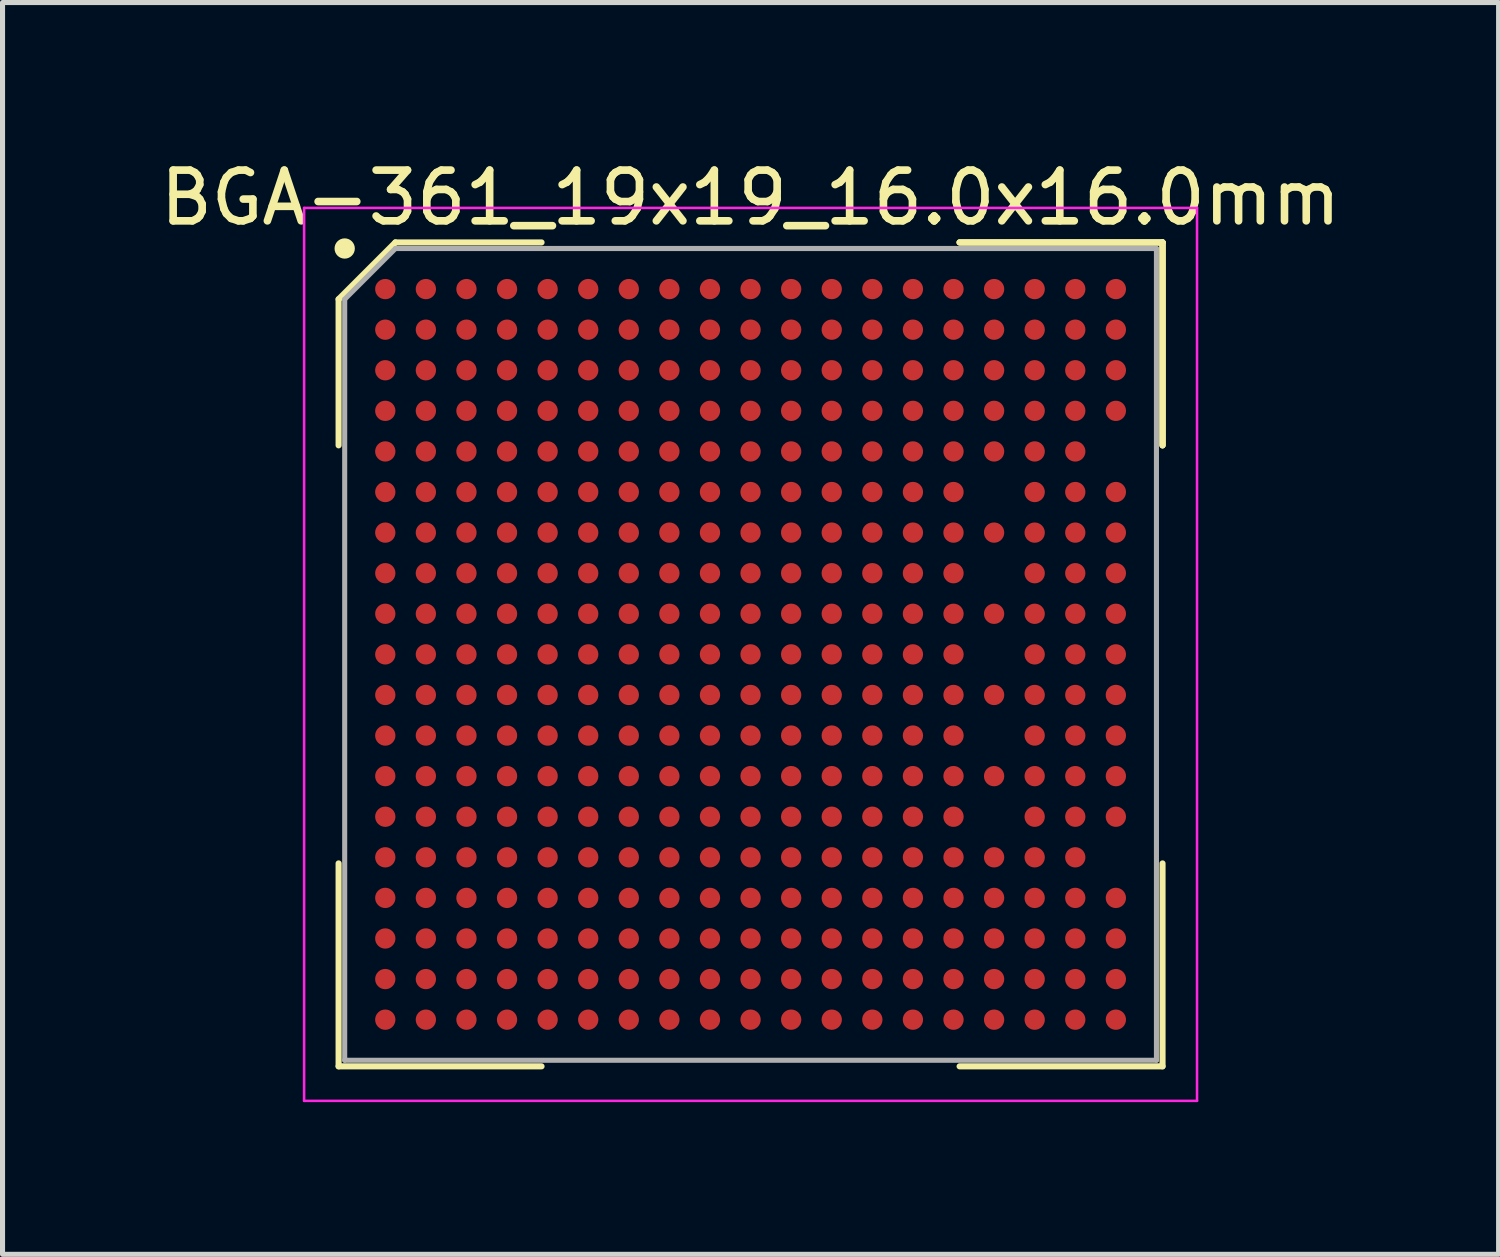
<source format=kicad_pcb>
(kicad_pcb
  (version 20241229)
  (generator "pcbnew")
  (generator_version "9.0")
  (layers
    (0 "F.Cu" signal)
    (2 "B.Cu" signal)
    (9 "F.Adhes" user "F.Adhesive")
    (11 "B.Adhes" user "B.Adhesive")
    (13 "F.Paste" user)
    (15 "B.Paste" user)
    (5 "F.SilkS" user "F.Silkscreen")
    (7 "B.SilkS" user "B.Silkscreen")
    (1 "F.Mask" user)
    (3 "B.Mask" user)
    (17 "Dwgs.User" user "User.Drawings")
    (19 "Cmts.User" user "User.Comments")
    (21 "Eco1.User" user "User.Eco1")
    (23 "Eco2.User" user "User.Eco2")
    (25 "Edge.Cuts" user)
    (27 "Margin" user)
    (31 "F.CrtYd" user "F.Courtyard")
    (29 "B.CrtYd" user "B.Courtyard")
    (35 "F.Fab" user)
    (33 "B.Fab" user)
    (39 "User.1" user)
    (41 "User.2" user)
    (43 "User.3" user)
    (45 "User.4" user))
  (footprint "BGA-361_19x19_16.0x16.0mm"
    (layer "F.Cu")
    (at 11.744 9.848)
    (property "Reference" "BGA-361_19x19_16.0x16.0mm" (at 0 -9 0) (layer "F.SilkS") (effects (font (size 1 1) (thickness 0.15))))
    (attr smd)
    (fp_line (start -8.12 -7) (end -8.12 -4.12) (stroke (width 0.12) (type solid)) (layer "F.SilkS"))
    (fp_line (start -8.12 8.12) (end -8.12 4.12) (stroke (width 0.12) (type solid)) (layer "F.SilkS"))
    (fp_line (start -7 -8.12) (end -8.12 -7) (stroke (width 0.12) (type solid)) (layer "F.SilkS"))
    (fp_line (start -4.12 -8.12) (end -7 -8.12) (stroke (width 0.12) (type solid)) (layer "F.SilkS"))
    (fp_line (start -4.12 8.12) (end -8.12 8.12) (stroke (width 0.12) (type solid)) (layer "F.SilkS"))
    (fp_line (start 4.12 -8.12) (end 8.12 -8.12) (stroke (width 0.12) (type solid)) (layer "F.SilkS"))
    (fp_line (start 4.12 -8.12) (end 8.12 -8.12) (stroke (width 0.12) (type solid)) (layer "F.SilkS"))
    (fp_line (start 4.12 -8.12) (end 8.12 -8.12) (stroke (width 0.12) (type solid)) (layer "F.SilkS"))
    (fp_line (start 4.12 8.12) (end 8.12 8.12) (stroke (width 0.12) (type solid)) (layer "F.SilkS"))
    (fp_line (start 8.12 -8.12) (end 8.12 -4.12) (stroke (width 0.12) (type solid)) (layer "F.SilkS"))
    (fp_line (start 8.12 -8.12) (end 8.12 -4.12) (stroke (width 0.12) (type solid)) (layer "F.SilkS"))
    (fp_line (start 8.12 -8.12) (end 8.12 -4.12) (stroke (width 0.12) (type solid)) (layer "F.SilkS"))
    (fp_line (start 8.12 8.12) (end 8.12 4.12) (stroke (width 0.12) (type solid)) (layer "F.SilkS"))
    (fp_circle (center -8 -8) (end -8 -7.9) (stroke (width 0.2) (type solid)) (fill no) (layer "F.SilkS"))
    (fp_line (start -8.8 -8.8) (end 8.8 -8.8) (stroke (width 0.05) (type solid)) (layer "F.CrtYd"))
    (fp_line (start -8.8 8.8) (end -8.8 -8.8) (stroke (width 0.05) (type solid)) (layer "F.CrtYd"))
    (fp_line (start 8.8 -8.8) (end 8.8 8.8) (stroke (width 0.05) (type solid)) (layer "F.CrtYd"))
    (fp_line (start 8.8 8.8) (end -8.8 8.8) (stroke (width 0.05) (type solid)) (layer "F.CrtYd"))
    (fp_line (start -8 -7) (end -8 8) (stroke (width 0.1) (type solid)) (layer "F.Fab"))
    (fp_line (start -8 8) (end 8 8) (stroke (width 0.1) (type solid)) (layer "F.Fab"))
    (fp_line (start -7 -8) (end -8 -7) (stroke (width 0.1) (type solid)) (layer "F.Fab"))
    (fp_line (start 8 -8) (end -7 -8) (stroke (width 0.1) (type solid)) (layer "F.Fab"))
    (fp_line (start 8 8) (end 8 -8) (stroke (width 0.1) (type solid)) (layer "F.Fab"))
    (pad "A1" smd circle (at -7.2 -7.2) (size 0.4 0.4) (layers "F.Cu" "F.Mask" "F.Paste"))
    (pad "A2" smd circle (at -6.4 -7.2) (size 0.4 0.4) (layers "F.Cu" "F.Mask" "F.Paste"))
    (pad "A3" smd circle (at -5.6 -7.2) (size 0.4 0.4) (layers "F.Cu" "F.Mask" "F.Paste"))
    (pad "A4" smd circle (at -4.8 -7.2) (size 0.4 0.4) (layers "F.Cu" "F.Mask" "F.Paste"))
    (pad "A5" smd circle (at -4 -7.2) (size 0.4 0.4) (layers "F.Cu" "F.Mask" "F.Paste"))
    (pad "A6" smd circle (at -3.2 -7.2) (size 0.4 0.4) (layers "F.Cu" "F.Mask" "F.Paste"))
    (pad "A7" smd circle (at -2.4 -7.2) (size 0.4 0.4) (layers "F.Cu" "F.Mask" "F.Paste"))
    (pad "A8" smd circle (at -1.6 -7.2) (size 0.4 0.4) (layers "F.Cu" "F.Mask" "F.Paste"))
    (pad "A9" smd circle (at -0.8 -7.2) (size 0.4 0.4) (layers "F.Cu" "F.Mask" "F.Paste"))
    (pad "A10" smd circle (at 0 -7.2) (size 0.4 0.4) (layers "F.Cu" "F.Mask" "F.Paste"))
    (pad "A11" smd circle (at 0.8 -7.2) (size 0.4 0.4) (layers "F.Cu" "F.Mask" "F.Paste"))
    (pad "A12" smd circle (at 1.6 -7.2) (size 0.4 0.4) (layers "F.Cu" "F.Mask" "F.Paste"))
    (pad "A13" smd circle (at 2.4 -7.2) (size 0.4 0.4) (layers "F.Cu" "F.Mask" "F.Paste"))
    (pad "A14" smd circle (at 3.2 -7.2) (size 0.4 0.4) (layers "F.Cu" "F.Mask" "F.Paste"))
    (pad "A15" smd circle (at 4 -7.2) (size 0.4 0.4) (layers "F.Cu" "F.Mask" "F.Paste"))
    (pad "A16" smd circle (at 4.8 -7.2) (size 0.4 0.4) (layers "F.Cu" "F.Mask" "F.Paste"))
    (pad "A17" smd circle (at 5.6 -7.2) (size 0.4 0.4) (layers "F.Cu" "F.Mask" "F.Paste"))
    (pad "A18" smd circle (at 6.4 -7.2) (size 0.4 0.4) (layers "F.Cu" "F.Mask" "F.Paste"))
    (pad "A19" smd circle (at 7.2 -7.2) (size 0.4 0.4) (layers "F.Cu" "F.Mask" "F.Paste"))
    (pad "B1" smd circle (at -7.2 -6.4) (size 0.4 0.4) (layers "F.Cu" "F.Mask" "F.Paste"))
    (pad "B2" smd circle (at -6.4 -6.4) (size 0.4 0.4) (layers "F.Cu" "F.Mask" "F.Paste"))
    (pad "B3" smd circle (at -5.6 -6.4) (size 0.4 0.4) (layers "F.Cu" "F.Mask" "F.Paste"))
    (pad "B4" smd circle (at -4.8 -6.4) (size 0.4 0.4) (layers "F.Cu" "F.Mask" "F.Paste"))
    (pad "B5" smd circle (at -4 -6.4) (size 0.4 0.4) (layers "F.Cu" "F.Mask" "F.Paste"))
    (pad "B6" smd circle (at -3.2 -6.4) (size 0.4 0.4) (layers "F.Cu" "F.Mask" "F.Paste"))
    (pad "B7" smd circle (at -2.4 -6.4) (size 0.4 0.4) (layers "F.Cu" "F.Mask" "F.Paste"))
    (pad "B8" smd circle (at -1.6 -6.4) (size 0.4 0.4) (layers "F.Cu" "F.Mask" "F.Paste"))
    (pad "B9" smd circle (at -0.8 -6.4) (size 0.4 0.4) (layers "F.Cu" "F.Mask" "F.Paste"))
    (pad "B10" smd circle (at 0 -6.4) (size 0.4 0.4) (layers "F.Cu" "F.Mask" "F.Paste"))
    (pad "B11" smd circle (at 0.8 -6.4) (size 0.4 0.4) (layers "F.Cu" "F.Mask" "F.Paste"))
    (pad "B12" smd circle (at 1.6 -6.4) (size 0.4 0.4) (layers "F.Cu" "F.Mask" "F.Paste"))
    (pad "B13" smd circle (at 2.4 -6.4) (size 0.4 0.4) (layers "F.Cu" "F.Mask" "F.Paste"))
    (pad "B14" smd circle (at 3.2 -6.4) (size 0.4 0.4) (layers "F.Cu" "F.Mask" "F.Paste"))
    (pad "B15" smd circle (at 4 -6.4) (size 0.4 0.4) (layers "F.Cu" "F.Mask" "F.Paste"))
    (pad "B16" smd circle (at 4.8 -6.4) (size 0.4 0.4) (layers "F.Cu" "F.Mask" "F.Paste"))
    (pad "B17" smd circle (at 5.6 -6.4) (size 0.4 0.4) (layers "F.Cu" "F.Mask" "F.Paste"))
    (pad "B18" smd circle (at 6.4 -6.4) (size 0.4 0.4) (layers "F.Cu" "F.Mask" "F.Paste"))
    (pad "B19" smd circle (at 7.2 -6.4) (size 0.4 0.4) (layers "F.Cu" "F.Mask" "F.Paste"))
    (pad "C1" smd circle (at -7.2 -5.6) (size 0.4 0.4) (layers "F.Cu" "F.Mask" "F.Paste"))
    (pad "C2" smd circle (at -6.4 -5.6) (size 0.4 0.4) (layers "F.Cu" "F.Mask" "F.Paste"))
    (pad "C3" smd circle (at -5.6 -5.6) (size 0.4 0.4) (layers "F.Cu" "F.Mask" "F.Paste"))
    (pad "C4" smd circle (at -4.8 -5.6) (size 0.4 0.4) (layers "F.Cu" "F.Mask" "F.Paste"))
    (pad "C5" smd circle (at -4 -5.6) (size 0.4 0.4) (layers "F.Cu" "F.Mask" "F.Paste"))
    (pad "C6" smd circle (at -3.2 -5.6) (size 0.4 0.4) (layers "F.Cu" "F.Mask" "F.Paste"))
    (pad "C7" smd circle (at -2.4 -5.6) (size 0.4 0.4) (layers "F.Cu" "F.Mask" "F.Paste"))
    (pad "C8" smd circle (at -1.6 -5.6) (size 0.4 0.4) (layers "F.Cu" "F.Mask" "F.Paste"))
    (pad "C9" smd circle (at -0.8 -5.6) (size 0.4 0.4) (layers "F.Cu" "F.Mask" "F.Paste"))
    (pad "C10" smd circle (at 0 -5.6) (size 0.4 0.4) (layers "F.Cu" "F.Mask" "F.Paste"))
    (pad "C11" smd circle (at 0.8 -5.6) (size 0.4 0.4) (layers "F.Cu" "F.Mask" "F.Paste"))
    (pad "C12" smd circle (at 1.6 -5.6) (size 0.4 0.4) (layers "F.Cu" "F.Mask" "F.Paste"))
    (pad "C13" smd circle (at 2.4 -5.6) (size 0.4 0.4) (layers "F.Cu" "F.Mask" "F.Paste"))
    (pad "C14" smd circle (at 3.2 -5.6) (size 0.4 0.4) (layers "F.Cu" "F.Mask" "F.Paste"))
    (pad "C15" smd circle (at 4 -5.6) (size 0.4 0.4) (layers "F.Cu" "F.Mask" "F.Paste"))
    (pad "C16" smd circle (at 4.8 -5.6) (size 0.4 0.4) (layers "F.Cu" "F.Mask" "F.Paste"))
    (pad "C17" smd circle (at 5.6 -5.6) (size 0.4 0.4) (layers "F.Cu" "F.Mask" "F.Paste"))
    (pad "C18" smd circle (at 6.4 -5.6) (size 0.4 0.4) (layers "F.Cu" "F.Mask" "F.Paste"))
    (pad "C19" smd circle (at 7.2 -5.6) (size 0.4 0.4) (layers "F.Cu" "F.Mask" "F.Paste"))
    (pad "D1" smd circle (at -7.2 -4.8) (size 0.4 0.4) (layers "F.Cu" "F.Mask" "F.Paste"))
    (pad "D2" smd circle (at -6.4 -4.8) (size 0.4 0.4) (layers "F.Cu" "F.Mask" "F.Paste"))
    (pad "D3" smd circle (at -5.6 -4.8) (size 0.4 0.4) (layers "F.Cu" "F.Mask" "F.Paste"))
    (pad "D4" smd circle (at -4.8 -4.8) (size 0.4 0.4) (layers "F.Cu" "F.Mask" "F.Paste"))
    (pad "D5" smd circle (at -4 -4.8) (size 0.4 0.4) (layers "F.Cu" "F.Mask" "F.Paste"))
    (pad "D6" smd circle (at -3.2 -4.8) (size 0.4 0.4) (layers "F.Cu" "F.Mask" "F.Paste"))
    (pad "D7" smd circle (at -2.4 -4.8) (size 0.4 0.4) (layers "F.Cu" "F.Mask" "F.Paste"))
    (pad "D8" smd circle (at -1.6 -4.8) (size 0.4 0.4) (layers "F.Cu" "F.Mask" "F.Paste"))
    (pad "D9" smd circle (at -0.8 -4.8) (size 0.4 0.4) (layers "F.Cu" "F.Mask" "F.Paste"))
    (pad "D10" smd circle (at 0 -4.8) (size 0.4 0.4) (layers "F.Cu" "F.Mask" "F.Paste"))
    (pad "D11" smd circle (at 0.8 -4.8) (size 0.4 0.4) (layers "F.Cu" "F.Mask" "F.Paste"))
    (pad "D12" smd circle (at 1.6 -4.8) (size 0.4 0.4) (layers "F.Cu" "F.Mask" "F.Paste"))
    (pad "D13" smd circle (at 2.4 -4.8) (size 0.4 0.4) (layers "F.Cu" "F.Mask" "F.Paste"))
    (pad "D14" smd circle (at 3.2 -4.8) (size 0.4 0.4) (layers "F.Cu" "F.Mask" "F.Paste"))
    (pad "D15" smd circle (at 4 -4.8) (size 0.4 0.4) (layers "F.Cu" "F.Mask" "F.Paste"))
    (pad "D16" smd circle (at 4.8 -4.8) (size 0.4 0.4) (layers "F.Cu" "F.Mask" "F.Paste"))
    (pad "D17" smd circle (at 5.6 -4.8) (size 0.4 0.4) (layers "F.Cu" "F.Mask" "F.Paste"))
    (pad "D18" smd circle (at 6.4 -4.8) (size 0.4 0.4) (layers "F.Cu" "F.Mask" "F.Paste"))
    (pad "D19" smd circle (at 7.2 -4.8) (size 0.4 0.4) (layers "F.Cu" "F.Mask" "F.Paste"))
    (pad "E1" smd circle (at -7.2 -4) (size 0.4 0.4) (layers "F.Cu" "F.Mask" "F.Paste"))
    (pad "E2" smd circle (at -6.4 -4) (size 0.4 0.4) (layers "F.Cu" "F.Mask" "F.Paste"))
    (pad "E3" smd circle (at -5.6 -4) (size 0.4 0.4) (layers "F.Cu" "F.Mask" "F.Paste"))
    (pad "E4" smd circle (at -4.8 -4) (size 0.4 0.4) (layers "F.Cu" "F.Mask" "F.Paste"))
    (pad "E5" smd circle (at -4 -4) (size 0.4 0.4) (layers "F.Cu" "F.Mask" "F.Paste"))
    (pad "E6" smd circle (at -3.2 -4) (size 0.4 0.4) (layers "F.Cu" "F.Mask" "F.Paste"))
    (pad "E7" smd circle (at -2.4 -4) (size 0.4 0.4) (layers "F.Cu" "F.Mask" "F.Paste"))
    (pad "E8" smd circle (at -1.6 -4) (size 0.4 0.4) (layers "F.Cu" "F.Mask" "F.Paste"))
    (pad "E9" smd circle (at -0.8 -4) (size 0.4 0.4) (layers "F.Cu" "F.Mask" "F.Paste"))
    (pad "E10" smd circle (at 0 -4) (size 0.4 0.4) (layers "F.Cu" "F.Mask" "F.Paste"))
    (pad "E11" smd circle (at 0.8 -4) (size 0.4 0.4) (layers "F.Cu" "F.Mask" "F.Paste"))
    (pad "E12" smd circle (at 1.6 -4) (size 0.4 0.4) (layers "F.Cu" "F.Mask" "F.Paste"))
    (pad "E13" smd circle (at 2.4 -4) (size 0.4 0.4) (layers "F.Cu" "F.Mask" "F.Paste"))
    (pad "E14" smd circle (at 3.2 -4) (size 0.4 0.4) (layers "F.Cu" "F.Mask" "F.Paste"))
    (pad "E15" smd circle (at 4 -4) (size 0.4 0.4) (layers "F.Cu" "F.Mask" "F.Paste"))
    (pad "E16" smd circle (at 4.8 -4) (size 0.4 0.4) (layers "F.Cu" "F.Mask" "F.Paste"))
    (pad "E17" smd circle (at 5.6 -4) (size 0.4 0.4) (layers "F.Cu" "F.Mask" "F.Paste"))
    (pad "E18" smd circle (at 6.4 -4) (size 0.4 0.4) (layers "F.Cu" "F.Mask" "F.Paste"))
    (pad "F1" smd circle (at -7.2 -3.2) (size 0.4 0.4) (layers "F.Cu" "F.Mask" "F.Paste"))
    (pad "F2" smd circle (at -6.4 -3.2) (size 0.4 0.4) (layers "F.Cu" "F.Mask" "F.Paste"))
    (pad "F3" smd circle (at -5.6 -3.2) (size 0.4 0.4) (layers "F.Cu" "F.Mask" "F.Paste"))
    (pad "F4" smd circle (at -4.8 -3.2) (size 0.4 0.4) (layers "F.Cu" "F.Mask" "F.Paste"))
    (pad "F5" smd circle (at -4 -3.2) (size 0.4 0.4) (layers "F.Cu" "F.Mask" "F.Paste"))
    (pad "F6" smd circle (at -3.2 -3.2) (size 0.4 0.4) (layers "F.Cu" "F.Mask" "F.Paste"))
    (pad "F7" smd circle (at -2.4 -3.2) (size 0.4 0.4) (layers "F.Cu" "F.Mask" "F.Paste"))
    (pad "F8" smd circle (at -1.6 -3.2) (size 0.4 0.4) (layers "F.Cu" "F.Mask" "F.Paste"))
    (pad "F9" smd circle (at -0.8 -3.2) (size 0.4 0.4) (layers "F.Cu" "F.Mask" "F.Paste"))
    (pad "F10" smd circle (at 0 -3.2) (size 0.4 0.4) (layers "F.Cu" "F.Mask" "F.Paste"))
    (pad "F11" smd circle (at 0.8 -3.2) (size 0.4 0.4) (layers "F.Cu" "F.Mask" "F.Paste"))
    (pad "F12" smd circle (at 1.6 -3.2) (size 0.4 0.4) (layers "F.Cu" "F.Mask" "F.Paste"))
    (pad "F13" smd circle (at 2.4 -3.2) (size 0.4 0.4) (layers "F.Cu" "F.Mask" "F.Paste"))
    (pad "F14" smd circle (at 3.2 -3.2) (size 0.4 0.4) (layers "F.Cu" "F.Mask" "F.Paste"))
    (pad "F15" smd circle (at 4 -3.2) (size 0.4 0.4) (layers "F.Cu" "F.Mask" "F.Paste"))
    (pad "F17" smd circle (at 5.6 -3.2) (size 0.4 0.4) (layers "F.Cu" "F.Mask" "F.Paste"))
    (pad "F18" smd circle (at 6.4 -3.2) (size 0.4 0.4) (layers "F.Cu" "F.Mask" "F.Paste"))
    (pad "F19" smd circle (at 7.2 -3.2) (size 0.4 0.4) (layers "F.Cu" "F.Mask" "F.Paste"))
    (pad "G1" smd circle (at -7.2 -2.4) (size 0.4 0.4) (layers "F.Cu" "F.Mask" "F.Paste"))
    (pad "G2" smd circle (at -6.4 -2.4) (size 0.4 0.4) (layers "F.Cu" "F.Mask" "F.Paste"))
    (pad "G3" smd circle (at -5.6 -2.4) (size 0.4 0.4) (layers "F.Cu" "F.Mask" "F.Paste"))
    (pad "G4" smd circle (at -4.8 -2.4) (size 0.4 0.4) (layers "F.Cu" "F.Mask" "F.Paste"))
    (pad "G5" smd circle (at -4 -2.4) (size 0.4 0.4) (layers "F.Cu" "F.Mask" "F.Paste"))
    (pad "G6" smd circle (at -3.2 -2.4) (size 0.4 0.4) (layers "F.Cu" "F.Mask" "F.Paste"))
    (pad "G7" smd circle (at -2.4 -2.4) (size 0.4 0.4) (layers "F.Cu" "F.Mask" "F.Paste"))
    (pad "G8" smd circle (at -1.6 -2.4) (size 0.4 0.4) (layers "F.Cu" "F.Mask" "F.Paste"))
    (pad "G9" smd circle (at -0.8 -2.4) (size 0.4 0.4) (layers "F.Cu" "F.Mask" "F.Paste"))
    (pad "G10" smd circle (at 0 -2.4) (size 0.4 0.4) (layers "F.Cu" "F.Mask" "F.Paste"))
    (pad "G11" smd circle (at 0.8 -2.4) (size 0.4 0.4) (layers "F.Cu" "F.Mask" "F.Paste"))
    (pad "G12" smd circle (at 1.6 -2.4) (size 0.4 0.4) (layers "F.Cu" "F.Mask" "F.Paste"))
    (pad "G13" smd circle (at 2.4 -2.4) (size 0.4 0.4) (layers "F.Cu" "F.Mask" "F.Paste"))
    (pad "G14" smd circle (at 3.2 -2.4) (size 0.4 0.4) (layers "F.Cu" "F.Mask" "F.Paste"))
    (pad "G15" smd circle (at 4 -2.4) (size 0.4 0.4) (layers "F.Cu" "F.Mask" "F.Paste"))
    (pad "G16" smd circle (at 4.8 -2.4) (size 0.4 0.4) (layers "F.Cu" "F.Mask" "F.Paste"))
    (pad "G17" smd circle (at 5.6 -2.4) (size 0.4 0.4) (layers "F.Cu" "F.Mask" "F.Paste"))
    (pad "G18" smd circle (at 6.4 -2.4) (size 0.4 0.4) (layers "F.Cu" "F.Mask" "F.Paste"))
    (pad "G19" smd circle (at 7.2 -2.4) (size 0.4 0.4) (layers "F.Cu" "F.Mask" "F.Paste"))
    (pad "H1" smd circle (at -7.2 -1.6) (size 0.4 0.4) (layers "F.Cu" "F.Mask" "F.Paste"))
    (pad "H2" smd circle (at -6.4 -1.6) (size 0.4 0.4) (layers "F.Cu" "F.Mask" "F.Paste"))
    (pad "H3" smd circle (at -5.6 -1.6) (size 0.4 0.4) (layers "F.Cu" "F.Mask" "F.Paste"))
    (pad "H4" smd circle (at -4.8 -1.6) (size 0.4 0.4) (layers "F.Cu" "F.Mask" "F.Paste"))
    (pad "H5" smd circle (at -4 -1.6) (size 0.4 0.4) (layers "F.Cu" "F.Mask" "F.Paste"))
    (pad "H6" smd circle (at -3.2 -1.6) (size 0.4 0.4) (layers "F.Cu" "F.Mask" "F.Paste"))
    (pad "H7" smd circle (at -2.4 -1.6) (size 0.4 0.4) (layers "F.Cu" "F.Mask" "F.Paste"))
    (pad "H8" smd circle (at -1.6 -1.6) (size 0.4 0.4) (layers "F.Cu" "F.Mask" "F.Paste"))
    (pad "H9" smd circle (at -0.8 -1.6) (size 0.4 0.4) (layers "F.Cu" "F.Mask" "F.Paste"))
    (pad "H10" smd circle (at 0 -1.6) (size 0.4 0.4) (layers "F.Cu" "F.Mask" "F.Paste"))
    (pad "H11" smd circle (at 0.8 -1.6) (size 0.4 0.4) (layers "F.Cu" "F.Mask" "F.Paste"))
    (pad "H12" smd circle (at 1.6 -1.6) (size 0.4 0.4) (layers "F.Cu" "F.Mask" "F.Paste"))
    (pad "H13" smd circle (at 2.4 -1.6) (size 0.4 0.4) (layers "F.Cu" "F.Mask" "F.Paste"))
    (pad "H14" smd circle (at 3.2 -1.6) (size 0.4 0.4) (layers "F.Cu" "F.Mask" "F.Paste"))
    (pad "H15" smd circle (at 4 -1.6) (size 0.4 0.4) (layers "F.Cu" "F.Mask" "F.Paste"))
    (pad "H17" smd circle (at 5.6 -1.6) (size 0.4 0.4) (layers "F.Cu" "F.Mask" "F.Paste"))
    (pad "H18" smd circle (at 6.4 -1.6) (size 0.4 0.4) (layers "F.Cu" "F.Mask" "F.Paste"))
    (pad "H19" smd circle (at 7.2 -1.6) (size 0.4 0.4) (layers "F.Cu" "F.Mask" "F.Paste"))
    (pad "J1" smd circle (at -7.2 -0.8) (size 0.4 0.4) (layers "F.Cu" "F.Mask" "F.Paste"))
    (pad "J2" smd circle (at -6.4 -0.8) (size 0.4 0.4) (layers "F.Cu" "F.Mask" "F.Paste"))
    (pad "J3" smd circle (at -5.6 -0.8) (size 0.4 0.4) (layers "F.Cu" "F.Mask" "F.Paste"))
    (pad "J4" smd circle (at -4.8 -0.8) (size 0.4 0.4) (layers "F.Cu" "F.Mask" "F.Paste"))
    (pad "J5" smd circle (at -4 -0.8) (size 0.4 0.4) (layers "F.Cu" "F.Mask" "F.Paste"))
    (pad "J6" smd circle (at -3.2 -0.8) (size 0.4 0.4) (layers "F.Cu" "F.Mask" "F.Paste"))
    (pad "J7" smd circle (at -2.4 -0.8) (size 0.4 0.4) (layers "F.Cu" "F.Mask" "F.Paste"))
    (pad "J8" smd circle (at -1.6 -0.8) (size 0.4 0.4) (layers "F.Cu" "F.Mask" "F.Paste"))
    (pad "J9" smd circle (at -0.8 -0.8) (size 0.4 0.4) (layers "F.Cu" "F.Mask" "F.Paste"))
    (pad "J10" smd circle (at 0 -0.8) (size 0.4 0.4) (layers "F.Cu" "F.Mask" "F.Paste"))
    (pad "J11" smd circle (at 0.8 -0.8) (size 0.4 0.4) (layers "F.Cu" "F.Mask" "F.Paste"))
    (pad "J12" smd circle (at 1.6 -0.8) (size 0.4 0.4) (layers "F.Cu" "F.Mask" "F.Paste"))
    (pad "J13" smd circle (at 2.4 -0.8) (size 0.4 0.4) (layers "F.Cu" "F.Mask" "F.Paste"))
    (pad "J14" smd circle (at 3.2 -0.8) (size 0.4 0.4) (layers "F.Cu" "F.Mask" "F.Paste"))
    (pad "J15" smd circle (at 4 -0.8) (size 0.4 0.4) (layers "F.Cu" "F.Mask" "F.Paste"))
    (pad "J16" smd circle (at 4.8 -0.8) (size 0.4 0.4) (layers "F.Cu" "F.Mask" "F.Paste"))
    (pad "J17" smd circle (at 5.6 -0.8) (size 0.4 0.4) (layers "F.Cu" "F.Mask" "F.Paste"))
    (pad "J18" smd circle (at 6.4 -0.8) (size 0.4 0.4) (layers "F.Cu" "F.Mask" "F.Paste"))
    (pad "J19" smd circle (at 7.2 -0.8) (size 0.4 0.4) (layers "F.Cu" "F.Mask" "F.Paste"))
    (pad "K1" smd circle (at -7.2 0) (size 0.4 0.4) (layers "F.Cu" "F.Mask" "F.Paste"))
    (pad "K2" smd circle (at -6.4 0) (size 0.4 0.4) (layers "F.Cu" "F.Mask" "F.Paste"))
    (pad "K3" smd circle (at -5.6 0) (size 0.4 0.4) (layers "F.Cu" "F.Mask" "F.Paste"))
    (pad "K4" smd circle (at -4.8 0) (size 0.4 0.4) (layers "F.Cu" "F.Mask" "F.Paste"))
    (pad "K5" smd circle (at -4 0) (size 0.4 0.4) (layers "F.Cu" "F.Mask" "F.Paste"))
    (pad "K6" smd circle (at -3.2 0) (size 0.4 0.4) (layers "F.Cu" "F.Mask" "F.Paste"))
    (pad "K7" smd circle (at -2.4 0) (size 0.4 0.4) (layers "F.Cu" "F.Mask" "F.Paste"))
    (pad "K8" smd circle (at -1.6 0) (size 0.4 0.4) (layers "F.Cu" "F.Mask" "F.Paste"))
    (pad "K9" smd circle (at -0.8 0) (size 0.4 0.4) (layers "F.Cu" "F.Mask" "F.Paste"))
    (pad "K10" smd circle (at 0 0) (size 0.4 0.4) (layers "F.Cu" "F.Mask" "F.Paste"))
    (pad "K11" smd circle (at 0.8 0) (size 0.4 0.4) (layers "F.Cu" "F.Mask" "F.Paste"))
    (pad "K12" smd circle (at 1.6 0) (size 0.4 0.4) (layers "F.Cu" "F.Mask" "F.Paste"))
    (pad "K13" smd circle (at 2.4 0) (size 0.4 0.4) (layers "F.Cu" "F.Mask" "F.Paste"))
    (pad "K14" smd circle (at 3.2 0) (size 0.4 0.4) (layers "F.Cu" "F.Mask" "F.Paste"))
    (pad "K15" smd circle (at 4 0) (size 0.4 0.4) (layers "F.Cu" "F.Mask" "F.Paste"))
    (pad "K17" smd circle (at 5.6 0) (size 0.4 0.4) (layers "F.Cu" "F.Mask" "F.Paste"))
    (pad "K18" smd circle (at 6.4 0) (size 0.4 0.4) (layers "F.Cu" "F.Mask" "F.Paste"))
    (pad "K19" smd circle (at 7.2 0) (size 0.4 0.4) (layers "F.Cu" "F.Mask" "F.Paste"))
    (pad "L1" smd circle (at -7.2 0.8) (size 0.4 0.4) (layers "F.Cu" "F.Mask" "F.Paste"))
    (pad "L2" smd circle (at -6.4 0.8) (size 0.4 0.4) (layers "F.Cu" "F.Mask" "F.Paste"))
    (pad "L3" smd circle (at -5.6 0.8) (size 0.4 0.4) (layers "F.Cu" "F.Mask" "F.Paste"))
    (pad "L4" smd circle (at -4.8 0.8) (size 0.4 0.4) (layers "F.Cu" "F.Mask" "F.Paste"))
    (pad "L5" smd circle (at -4 0.8) (size 0.4 0.4) (layers "F.Cu" "F.Mask" "F.Paste"))
    (pad "L6" smd circle (at -3.2 0.8) (size 0.4 0.4) (layers "F.Cu" "F.Mask" "F.Paste"))
    (pad "L7" smd circle (at -2.4 0.8) (size 0.4 0.4) (layers "F.Cu" "F.Mask" "F.Paste"))
    (pad "L8" smd circle (at -1.6 0.8) (size 0.4 0.4) (layers "F.Cu" "F.Mask" "F.Paste"))
    (pad "L9" smd circle (at -0.8 0.8) (size 0.4 0.4) (layers "F.Cu" "F.Mask" "F.Paste"))
    (pad "L10" smd circle (at 0 0.8) (size 0.4 0.4) (layers "F.Cu" "F.Mask" "F.Paste"))
    (pad "L11" smd circle (at 0.8 0.8) (size 0.4 0.4) (layers "F.Cu" "F.Mask" "F.Paste"))
    (pad "L12" smd circle (at 1.6 0.8) (size 0.4 0.4) (layers "F.Cu" "F.Mask" "F.Paste"))
    (pad "L13" smd circle (at 2.4 0.8) (size 0.4 0.4) (layers "F.Cu" "F.Mask" "F.Paste"))
    (pad "L14" smd circle (at 3.2 0.8) (size 0.4 0.4) (layers "F.Cu" "F.Mask" "F.Paste"))
    (pad "L15" smd circle (at 4 0.8) (size 0.4 0.4) (layers "F.Cu" "F.Mask" "F.Paste"))
    (pad "L16" smd circle (at 4.8 0.8) (size 0.4 0.4) (layers "F.Cu" "F.Mask" "F.Paste"))
    (pad "L17" smd circle (at 5.6 0.8) (size 0.4 0.4) (layers "F.Cu" "F.Mask" "F.Paste"))
    (pad "L18" smd circle (at 6.4 0.8) (size 0.4 0.4) (layers "F.Cu" "F.Mask" "F.Paste"))
    (pad "L19" smd circle (at 7.2 0.8) (size 0.4 0.4) (layers "F.Cu" "F.Mask" "F.Paste"))
    (pad "M1" smd circle (at -7.2 1.6) (size 0.4 0.4) (layers "F.Cu" "F.Mask" "F.Paste"))
    (pad "M2" smd circle (at -6.4 1.6) (size 0.4 0.4) (layers "F.Cu" "F.Mask" "F.Paste"))
    (pad "M3" smd circle (at -5.6 1.6) (size 0.4 0.4) (layers "F.Cu" "F.Mask" "F.Paste"))
    (pad "M4" smd circle (at -4.8 1.6) (size 0.4 0.4) (layers "F.Cu" "F.Mask" "F.Paste"))
    (pad "M5" smd circle (at -4 1.6) (size 0.4 0.4) (layers "F.Cu" "F.Mask" "F.Paste"))
    (pad "M6" smd circle (at -3.2 1.6) (size 0.4 0.4) (layers "F.Cu" "F.Mask" "F.Paste"))
    (pad "M7" smd circle (at -2.4 1.6) (size 0.4 0.4) (layers "F.Cu" "F.Mask" "F.Paste"))
    (pad "M8" smd circle (at -1.6 1.6) (size 0.4 0.4) (layers "F.Cu" "F.Mask" "F.Paste"))
    (pad "M9" smd circle (at -0.8 1.6) (size 0.4 0.4) (layers "F.Cu" "F.Mask" "F.Paste"))
    (pad "M10" smd circle (at 0 1.6) (size 0.4 0.4) (layers "F.Cu" "F.Mask" "F.Paste"))
    (pad "M11" smd circle (at 0.8 1.6) (size 0.4 0.4) (layers "F.Cu" "F.Mask" "F.Paste"))
    (pad "M12" smd circle (at 1.6 1.6) (size 0.4 0.4) (layers "F.Cu" "F.Mask" "F.Paste"))
    (pad "M13" smd circle (at 2.4 1.6) (size 0.4 0.4) (layers "F.Cu" "F.Mask" "F.Paste"))
    (pad "M14" smd circle (at 3.2 1.6) (size 0.4 0.4) (layers "F.Cu" "F.Mask" "F.Paste"))
    (pad "M15" smd circle (at 4 1.6) (size 0.4 0.4) (layers "F.Cu" "F.Mask" "F.Paste"))
    (pad "M17" smd circle (at 5.6 1.6) (size 0.4 0.4) (layers "F.Cu" "F.Mask" "F.Paste"))
    (pad "M18" smd circle (at 6.4 1.6) (size 0.4 0.4) (layers "F.Cu" "F.Mask" "F.Paste"))
    (pad "M19" smd circle (at 7.2 1.6) (size 0.4 0.4) (layers "F.Cu" "F.Mask" "F.Paste"))
    (pad "N1" smd circle (at -7.2 2.4) (size 0.4 0.4) (layers "F.Cu" "F.Mask" "F.Paste"))
    (pad "N2" smd circle (at -6.4 2.4) (size 0.4 0.4) (layers "F.Cu" "F.Mask" "F.Paste"))
    (pad "N3" smd circle (at -5.6 2.4) (size 0.4 0.4) (layers "F.Cu" "F.Mask" "F.Paste"))
    (pad "N4" smd circle (at -4.8 2.4) (size 0.4 0.4) (layers "F.Cu" "F.Mask" "F.Paste"))
    (pad "N5" smd circle (at -4 2.4) (size 0.4 0.4) (layers "F.Cu" "F.Mask" "F.Paste"))
    (pad "N6" smd circle (at -3.2 2.4) (size 0.4 0.4) (layers "F.Cu" "F.Mask" "F.Paste"))
    (pad "N7" smd circle (at -2.4 2.4) (size 0.4 0.4) (layers "F.Cu" "F.Mask" "F.Paste"))
    (pad "N8" smd circle (at -1.6 2.4) (size 0.4 0.4) (layers "F.Cu" "F.Mask" "F.Paste"))
    (pad "N9" smd circle (at -0.8 2.4) (size 0.4 0.4) (layers "F.Cu" "F.Mask" "F.Paste"))
    (pad "N10" smd circle (at 0 2.4) (size 0.4 0.4) (layers "F.Cu" "F.Mask" "F.Paste"))
    (pad "N11" smd circle (at 0.8 2.4) (size 0.4 0.4) (layers "F.Cu" "F.Mask" "F.Paste"))
    (pad "N12" smd circle (at 1.6 2.4) (size 0.4 0.4) (layers "F.Cu" "F.Mask" "F.Paste"))
    (pad "N13" smd circle (at 2.4 2.4) (size 0.4 0.4) (layers "F.Cu" "F.Mask" "F.Paste"))
    (pad "N14" smd circle (at 3.2 2.4) (size 0.4 0.4) (layers "F.Cu" "F.Mask" "F.Paste"))
    (pad "N15" smd circle (at 4 2.4) (size 0.4 0.4) (layers "F.Cu" "F.Mask" "F.Paste"))
    (pad "N16" smd circle (at 4.8 2.4) (size 0.4 0.4) (layers "F.Cu" "F.Mask" "F.Paste"))
    (pad "N17" smd circle (at 5.6 2.4) (size 0.4 0.4) (layers "F.Cu" "F.Mask" "F.Paste"))
    (pad "N18" smd circle (at 6.4 2.4) (size 0.4 0.4) (layers "F.Cu" "F.Mask" "F.Paste"))
    (pad "N19" smd circle (at 7.2 2.4) (size 0.4 0.4) (layers "F.Cu" "F.Mask" "F.Paste"))
    (pad "P1" smd circle (at -7.2 3.2) (size 0.4 0.4) (layers "F.Cu" "F.Mask" "F.Paste"))
    (pad "P2" smd circle (at -6.4 3.2) (size 0.4 0.4) (layers "F.Cu" "F.Mask" "F.Paste"))
    (pad "P3" smd circle (at -5.6 3.2) (size 0.4 0.4) (layers "F.Cu" "F.Mask" "F.Paste"))
    (pad "P4" smd circle (at -4.8 3.2) (size 0.4 0.4) (layers "F.Cu" "F.Mask" "F.Paste"))
    (pad "P5" smd circle (at -4 3.2) (size 0.4 0.4) (layers "F.Cu" "F.Mask" "F.Paste"))
    (pad "P6" smd circle (at -3.2 3.2) (size 0.4 0.4) (layers "F.Cu" "F.Mask" "F.Paste"))
    (pad "P7" smd circle (at -2.4 3.2) (size 0.4 0.4) (layers "F.Cu" "F.Mask" "F.Paste"))
    (pad "P8" smd circle (at -1.6 3.2) (size 0.4 0.4) (layers "F.Cu" "F.Mask" "F.Paste"))
    (pad "P9" smd circle (at -0.8 3.2) (size 0.4 0.4) (layers "F.Cu" "F.Mask" "F.Paste"))
    (pad "P10" smd circle (at 0 3.2) (size 0.4 0.4) (layers "F.Cu" "F.Mask" "F.Paste"))
    (pad "P11" smd circle (at 0.8 3.2) (size 0.4 0.4) (layers "F.Cu" "F.Mask" "F.Paste"))
    (pad "P12" smd circle (at 1.6 3.2) (size 0.4 0.4) (layers "F.Cu" "F.Mask" "F.Paste"))
    (pad "P13" smd circle (at 2.4 3.2) (size 0.4 0.4) (layers "F.Cu" "F.Mask" "F.Paste"))
    (pad "P14" smd circle (at 3.2 3.2) (size 0.4 0.4) (layers "F.Cu" "F.Mask" "F.Paste"))
    (pad "P15" smd circle (at 4 3.2) (size 0.4 0.4) (layers "F.Cu" "F.Mask" "F.Paste"))
    (pad "P17" smd circle (at 5.6 3.2) (size 0.4 0.4) (layers "F.Cu" "F.Mask" "F.Paste"))
    (pad "P18" smd circle (at 6.4 3.2) (size 0.4 0.4) (layers "F.Cu" "F.Mask" "F.Paste"))
    (pad "P19" smd circle (at 7.2 3.2) (size 0.4 0.4) (layers "F.Cu" "F.Mask" "F.Paste"))
    (pad "R1" smd circle (at -7.2 4) (size 0.4 0.4) (layers "F.Cu" "F.Mask" "F.Paste"))
    (pad "R2" smd circle (at -6.4 4) (size 0.4 0.4) (layers "F.Cu" "F.Mask" "F.Paste"))
    (pad "R3" smd circle (at -5.6 4) (size 0.4 0.4) (layers "F.Cu" "F.Mask" "F.Paste"))
    (pad "R4" smd circle (at -4.8 4) (size 0.4 0.4) (layers "F.Cu" "F.Mask" "F.Paste"))
    (pad "R5" smd circle (at -4 4) (size 0.4 0.4) (layers "F.Cu" "F.Mask" "F.Paste"))
    (pad "R6" smd circle (at -3.2 4) (size 0.4 0.4) (layers "F.Cu" "F.Mask" "F.Paste"))
    (pad "R7" smd circle (at -2.4 4) (size 0.4 0.4) (layers "F.Cu" "F.Mask" "F.Paste"))
    (pad "R8" smd circle (at -1.6 4) (size 0.4 0.4) (layers "F.Cu" "F.Mask" "F.Paste"))
    (pad "R9" smd circle (at -0.8 4) (size 0.4 0.4) (layers "F.Cu" "F.Mask" "F.Paste"))
    (pad "R10" smd circle (at 0 4) (size 0.4 0.4) (layers "F.Cu" "F.Mask" "F.Paste"))
    (pad "R11" smd circle (at 0.8 4) (size 0.4 0.4) (layers "F.Cu" "F.Mask" "F.Paste"))
    (pad "R12" smd circle (at 1.6 4) (size 0.4 0.4) (layers "F.Cu" "F.Mask" "F.Paste"))
    (pad "R13" smd circle (at 2.4 4) (size 0.4 0.4) (layers "F.Cu" "F.Mask" "F.Paste"))
    (pad "R14" smd circle (at 3.2 4) (size 0.4 0.4) (layers "F.Cu" "F.Mask" "F.Paste"))
    (pad "R15" smd circle (at 4 4) (size 0.4 0.4) (layers "F.Cu" "F.Mask" "F.Paste"))
    (pad "R16" smd circle (at 4.8 4) (size 0.4 0.4) (layers "F.Cu" "F.Mask" "F.Paste"))
    (pad "R17" smd circle (at 5.6 4) (size 0.4 0.4) (layers "F.Cu" "F.Mask" "F.Paste"))
    (pad "R18" smd circle (at 6.4 4) (size 0.4 0.4) (layers "F.Cu" "F.Mask" "F.Paste"))
    (pad "T1" smd circle (at -7.2 4.8) (size 0.4 0.4) (layers "F.Cu" "F.Mask" "F.Paste"))
    (pad "T2" smd circle (at -6.4 4.8) (size 0.4 0.4) (layers "F.Cu" "F.Mask" "F.Paste"))
    (pad "T3" smd circle (at -5.6 4.8) (size 0.4 0.4) (layers "F.Cu" "F.Mask" "F.Paste"))
    (pad "T4" smd circle (at -4.8 4.8) (size 0.4 0.4) (layers "F.Cu" "F.Mask" "F.Paste"))
    (pad "T5" smd circle (at -4 4.8) (size 0.4 0.4) (layers "F.Cu" "F.Mask" "F.Paste"))
    (pad "T6" smd circle (at -3.2 4.8) (size 0.4 0.4) (layers "F.Cu" "F.Mask" "F.Paste"))
    (pad "T7" smd circle (at -2.4 4.8) (size 0.4 0.4) (layers "F.Cu" "F.Mask" "F.Paste"))
    (pad "T8" smd circle (at -1.6 4.8) (size 0.4 0.4) (layers "F.Cu" "F.Mask" "F.Paste"))
    (pad "T9" smd circle (at -0.8 4.8) (size 0.4 0.4) (layers "F.Cu" "F.Mask" "F.Paste"))
    (pad "T10" smd circle (at 0 4.8) (size 0.4 0.4) (layers "F.Cu" "F.Mask" "F.Paste"))
    (pad "T11" smd circle (at 0.8 4.8) (size 0.4 0.4) (layers "F.Cu" "F.Mask" "F.Paste"))
    (pad "T12" smd circle (at 1.6 4.8) (size 0.4 0.4) (layers "F.Cu" "F.Mask" "F.Paste"))
    (pad "T13" smd circle (at 2.4 4.8) (size 0.4 0.4) (layers "F.Cu" "F.Mask" "F.Paste"))
    (pad "T14" smd circle (at 3.2 4.8) (size 0.4 0.4) (layers "F.Cu" "F.Mask" "F.Paste"))
    (pad "T15" smd circle (at 4 4.8) (size 0.4 0.4) (layers "F.Cu" "F.Mask" "F.Paste"))
    (pad "T16" smd circle (at 4.8 4.8) (size 0.4 0.4) (layers "F.Cu" "F.Mask" "F.Paste"))
    (pad "T17" smd circle (at 5.6 4.8) (size 0.4 0.4) (layers "F.Cu" "F.Mask" "F.Paste"))
    (pad "T18" smd circle (at 6.4 4.8) (size 0.4 0.4) (layers "F.Cu" "F.Mask" "F.Paste"))
    (pad "T19" smd circle (at 7.2 4.8) (size 0.4 0.4) (layers "F.Cu" "F.Mask" "F.Paste"))
    (pad "U1" smd circle (at -7.2 5.6) (size 0.4 0.4) (layers "F.Cu" "F.Mask" "F.Paste"))
    (pad "U2" smd circle (at -6.4 5.6) (size 0.4 0.4) (layers "F.Cu" "F.Mask" "F.Paste"))
    (pad "U3" smd circle (at -5.6 5.6) (size 0.4 0.4) (layers "F.Cu" "F.Mask" "F.Paste"))
    (pad "U4" smd circle (at -4.8 5.6) (size 0.4 0.4) (layers "F.Cu" "F.Mask" "F.Paste"))
    (pad "U5" smd circle (at -4 5.6) (size 0.4 0.4) (layers "F.Cu" "F.Mask" "F.Paste"))
    (pad "U6" smd circle (at -3.2 5.6) (size 0.4 0.4) (layers "F.Cu" "F.Mask" "F.Paste"))
    (pad "U7" smd circle (at -2.4 5.6) (size 0.4 0.4) (layers "F.Cu" "F.Mask" "F.Paste"))
    (pad "U8" smd circle (at -1.6 5.6) (size 0.4 0.4) (layers "F.Cu" "F.Mask" "F.Paste"))
    (pad "U9" smd circle (at -0.8 5.6) (size 0.4 0.4) (layers "F.Cu" "F.Mask" "F.Paste"))
    (pad "U10" smd circle (at 0 5.6) (size 0.4 0.4) (layers "F.Cu" "F.Mask" "F.Paste"))
    (pad "U11" smd circle (at 0.8 5.6) (size 0.4 0.4) (layers "F.Cu" "F.Mask" "F.Paste"))
    (pad "U12" smd circle (at 1.6 5.6) (size 0.4 0.4) (layers "F.Cu" "F.Mask" "F.Paste"))
    (pad "U13" smd circle (at 2.4 5.6) (size 0.4 0.4) (layers "F.Cu" "F.Mask" "F.Paste"))
    (pad "U14" smd circle (at 3.2 5.6) (size 0.4 0.4) (layers "F.Cu" "F.Mask" "F.Paste"))
    (pad "U15" smd circle (at 4 5.6) (size 0.4 0.4) (layers "F.Cu" "F.Mask" "F.Paste"))
    (pad "U16" smd circle (at 4.8 5.6) (size 0.4 0.4) (layers "F.Cu" "F.Mask" "F.Paste"))
    (pad "U17" smd circle (at 5.6 5.6) (size 0.4 0.4) (layers "F.Cu" "F.Mask" "F.Paste"))
    (pad "U18" smd circle (at 6.4 5.6) (size 0.4 0.4) (layers "F.Cu" "F.Mask" "F.Paste"))
    (pad "U19" smd circle (at 7.2 5.6) (size 0.4 0.4) (layers "F.Cu" "F.Mask" "F.Paste"))
    (pad "V1" smd circle (at -7.2 6.4) (size 0.4 0.4) (layers "F.Cu" "F.Mask" "F.Paste"))
    (pad "V2" smd circle (at -6.4 6.4) (size 0.4 0.4) (layers "F.Cu" "F.Mask" "F.Paste"))
    (pad "V3" smd circle (at -5.6 6.4) (size 0.4 0.4) (layers "F.Cu" "F.Mask" "F.Paste"))
    (pad "V4" smd circle (at -4.8 6.4) (size 0.4 0.4) (layers "F.Cu" "F.Mask" "F.Paste"))
    (pad "V5" smd circle (at -4 6.4) (size 0.4 0.4) (layers "F.Cu" "F.Mask" "F.Paste"))
    (pad "V6" smd circle (at -3.2 6.4) (size 0.4 0.4) (layers "F.Cu" "F.Mask" "F.Paste"))
    (pad "V7" smd circle (at -2.4 6.4) (size 0.4 0.4) (layers "F.Cu" "F.Mask" "F.Paste"))
    (pad "V8" smd circle (at -1.6 6.4) (size 0.4 0.4) (layers "F.Cu" "F.Mask" "F.Paste"))
    (pad "V9" smd circle (at -0.8 6.4) (size 0.4 0.4) (layers "F.Cu" "F.Mask" "F.Paste"))
    (pad "V10" smd circle (at 0 6.4) (size 0.4 0.4) (layers "F.Cu" "F.Mask" "F.Paste"))
    (pad "V11" smd circle (at 0.8 6.4) (size 0.4 0.4) (layers "F.Cu" "F.Mask" "F.Paste"))
    (pad "V12" smd circle (at 1.6 6.4) (size 0.4 0.4) (layers "F.Cu" "F.Mask" "F.Paste"))
    (pad "V13" smd circle (at 2.4 6.4) (size 0.4 0.4) (layers "F.Cu" "F.Mask" "F.Paste"))
    (pad "V14" smd circle (at 3.2 6.4) (size 0.4 0.4) (layers "F.Cu" "F.Mask" "F.Paste"))
    (pad "V15" smd circle (at 4 6.4) (size 0.4 0.4) (layers "F.Cu" "F.Mask" "F.Paste"))
    (pad "V16" smd circle (at 4.8 6.4) (size 0.4 0.4) (layers "F.Cu" "F.Mask" "F.Paste"))
    (pad "V17" smd circle (at 5.6 6.4) (size 0.4 0.4) (layers "F.Cu" "F.Mask" "F.Paste"))
    (pad "V18" smd circle (at 6.4 6.4) (size 0.4 0.4) (layers "F.Cu" "F.Mask" "F.Paste"))
    (pad "V19" smd circle (at 7.2 6.4) (size 0.4 0.4) (layers "F.Cu" "F.Mask" "F.Paste"))
    (pad "W1" smd circle (at -7.2 7.2) (size 0.4 0.4) (layers "F.Cu" "F.Mask" "F.Paste"))
    (pad "W2" smd circle (at -6.4 7.2) (size 0.4 0.4) (layers "F.Cu" "F.Mask" "F.Paste"))
    (pad "W3" smd circle (at -5.6 7.2) (size 0.4 0.4) (layers "F.Cu" "F.Mask" "F.Paste"))
    (pad "W4" smd circle (at -4.8 7.2) (size 0.4 0.4) (layers "F.Cu" "F.Mask" "F.Paste"))
    (pad "W5" smd circle (at -4 7.2) (size 0.4 0.4) (layers "F.Cu" "F.Mask" "F.Paste"))
    (pad "W6" smd circle (at -3.2 7.2) (size 0.4 0.4) (layers "F.Cu" "F.Mask" "F.Paste"))
    (pad "W7" smd circle (at -2.4 7.2) (size 0.4 0.4) (layers "F.Cu" "F.Mask" "F.Paste"))
    (pad "W8" smd circle (at -1.6 7.2) (size 0.4 0.4) (layers "F.Cu" "F.Mask" "F.Paste"))
    (pad "W9" smd circle (at -0.8 7.2) (size 0.4 0.4) (layers "F.Cu" "F.Mask" "F.Paste"))
    (pad "W10" smd circle (at 0 7.2) (size 0.4 0.4) (layers "F.Cu" "F.Mask" "F.Paste"))
    (pad "W11" smd circle (at 0.8 7.2) (size 0.4 0.4) (layers "F.Cu" "F.Mask" "F.Paste"))
    (pad "W12" smd circle (at 1.6 7.2) (size 0.4 0.4) (layers "F.Cu" "F.Mask" "F.Paste"))
    (pad "W13" smd circle (at 2.4 7.2) (size 0.4 0.4) (layers "F.Cu" "F.Mask" "F.Paste"))
    (pad "W14" smd circle (at 3.2 7.2) (size 0.4 0.4) (layers "F.Cu" "F.Mask" "F.Paste"))
    (pad "W15" smd circle (at 4 7.2) (size 0.4 0.4) (layers "F.Cu" "F.Mask" "F.Paste"))
    (pad "W16" smd circle (at 4.8 7.2) (size 0.4 0.4) (layers "F.Cu" "F.Mask" "F.Paste"))
    (pad "W17" smd circle (at 5.6 7.2) (size 0.4 0.4) (layers "F.Cu" "F.Mask" "F.Paste"))
    (pad "W18" smd circle (at 6.4 7.2) (size 0.4 0.4) (layers "F.Cu" "F.Mask" "F.Paste"))
    (pad "W19" smd circle (at 7.2 7.2) (size 0.4 0.4) (layers "F.Cu" "F.Mask" "F.Paste")))
  (gr_rect
    (start -3 -3)
    (end 26.488 21.673)
    (stroke (width 0.1) (type default))
    (fill no)
    (layer "Edge.Cuts")))
</source>
